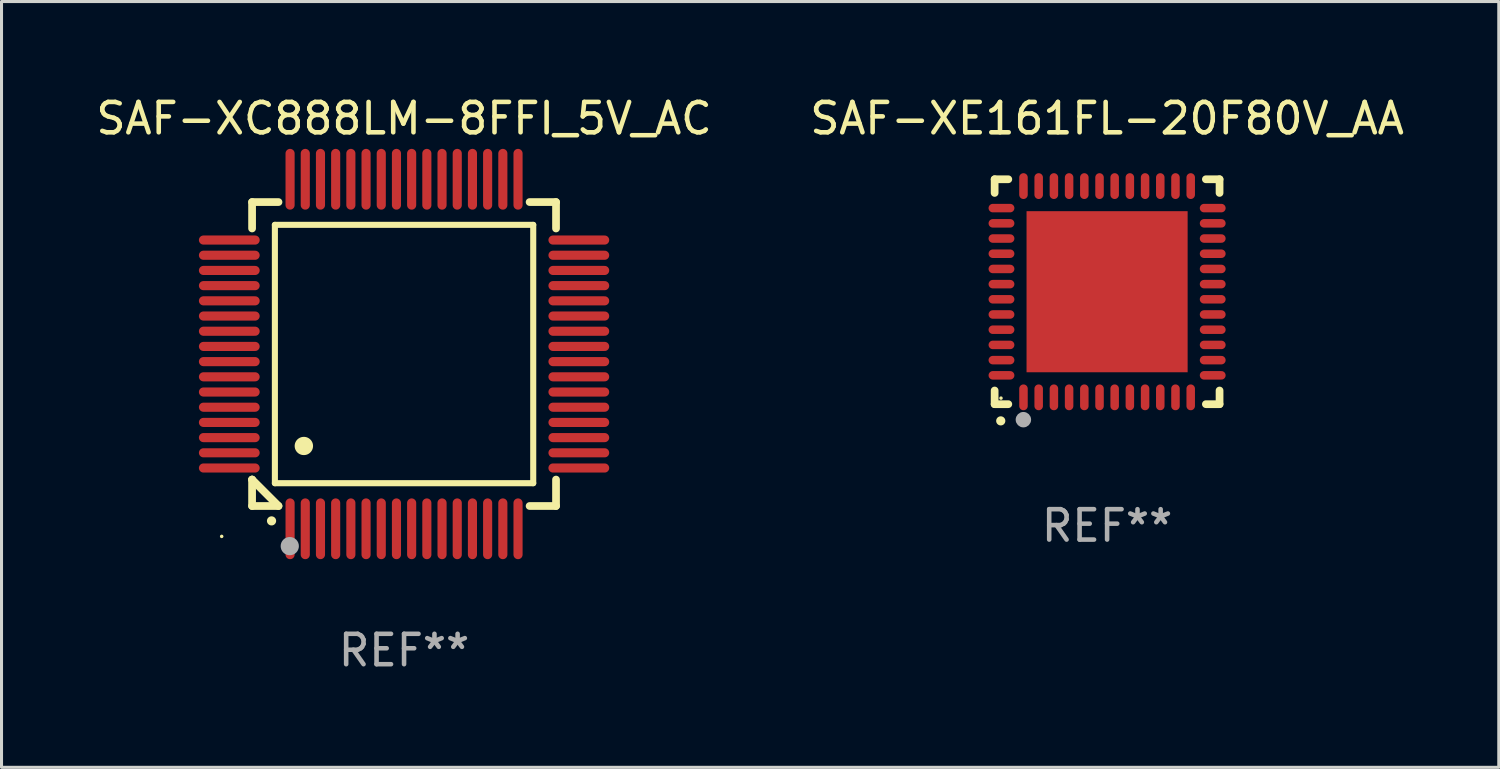
<source format=kicad_pcb>
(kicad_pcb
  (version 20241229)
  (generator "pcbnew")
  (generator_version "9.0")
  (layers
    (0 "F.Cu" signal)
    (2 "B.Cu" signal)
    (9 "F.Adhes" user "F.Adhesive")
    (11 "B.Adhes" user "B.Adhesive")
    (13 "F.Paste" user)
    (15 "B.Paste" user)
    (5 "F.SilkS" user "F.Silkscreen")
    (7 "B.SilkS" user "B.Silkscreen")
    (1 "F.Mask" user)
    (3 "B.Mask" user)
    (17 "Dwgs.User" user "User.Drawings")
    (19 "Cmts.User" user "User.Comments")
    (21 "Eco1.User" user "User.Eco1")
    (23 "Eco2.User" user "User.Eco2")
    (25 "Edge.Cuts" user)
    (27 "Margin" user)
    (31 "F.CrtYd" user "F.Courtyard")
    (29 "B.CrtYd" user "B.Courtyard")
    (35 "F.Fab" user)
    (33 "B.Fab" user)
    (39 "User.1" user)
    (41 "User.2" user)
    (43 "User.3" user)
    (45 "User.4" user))
  (footprint "SAF-XE161FL-20F80V_AA"
    (layer "F.Cu")
    (at 33.375 6.548)
    (property "Reference" "SAF-XE161FL-20F80V_AA" (at 0 -5.7 0) (layer "F.SilkS") (effects (font (size 1 1) (thickness 0.15))))
    (attr through_hole)
    (fp_line (start -3.7 -3.7) (end -3.25 -3.7) (stroke (width 0.254) (type solid)) (layer "F.SilkS"))
    (fp_line (start -3.7 -3.25) (end -3.7 -3.7) (stroke (width 0.254) (type solid)) (layer "F.SilkS"))
    (fp_line (start -3.7 3.7) (end -3.7 3.25) (stroke (width 0.254) (type solid)) (layer "F.SilkS"))
    (fp_line (start -3.25 3.7) (end -3.7 3.7) (stroke (width 0.254) (type solid)) (layer "F.SilkS"))
    (fp_line (start 3.25 3.7) (end 3.7 3.7) (stroke (width 0.254) (type solid)) (layer "F.SilkS"))
    (fp_line (start 3.7 -3.7) (end 3.25 -3.7) (stroke (width 0.254) (type solid)) (layer "F.SilkS"))
    (fp_line (start 3.7 -3.25) (end 3.7 -3.7) (stroke (width 0.254) (type solid)) (layer "F.SilkS"))
    (fp_line (start 3.7 3.7) (end 3.7 3.25) (stroke (width 0.254) (type solid)) (layer "F.SilkS"))
    (fp_arc (start -3.500127 4.249428) (mid -3.498857 4.249423) (end -3.497587 4.249428) (stroke (width 0.3) (type solid)) (layer "F.SilkS"))
    (fp_circle (center -3.491 3.501) (end -3.461 3.501) (stroke (width 0.06) (type solid)) (fill no) (layer "F.SilkS"))
    (fp_circle (center -2.754 4.21) (end -2.627 4.21) (stroke (width 0.254) (type solid)) (fill no) (layer "F.Fab"))
    (fp_text user "REF**" (at 0 7.7 0) (layer "F.Fab") (effects (font (size 1 1) (thickness 0.15))))
    (pad "1" smd oval (at -2.751 3.475) (size 0.28 0.85) (layers "F.Cu" "F.Mask" "F.Paste"))
    (pad "2" smd oval (at -2.251 3.475) (size 0.28 0.85) (layers "F.Cu" "F.Mask" "F.Paste"))
    (pad "3" smd oval (at -1.75 3.475) (size 0.28 0.85) (layers "F.Cu" "F.Mask" "F.Paste"))
    (pad "4" smd oval (at -1.25 3.475) (size 0.28 0.85) (layers "F.Cu" "F.Mask" "F.Paste"))
    (pad "5" smd oval (at -0.749 3.475) (size 0.28 0.85) (layers "F.Cu" "F.Mask" "F.Paste"))
    (pad "6" smd oval (at -0.249 3.475) (size 0.28 0.85) (layers "F.Cu" "F.Mask" "F.Paste"))
    (pad "7" smd oval (at 0.249 3.475) (size 0.28 0.85) (layers "F.Cu" "F.Mask" "F.Paste"))
    (pad "8" smd oval (at 0.749 3.475) (size 0.28 0.85) (layers "F.Cu" "F.Mask" "F.Paste"))
    (pad "9" smd oval (at 1.25 3.475) (size 0.28 0.85) (layers "F.Cu" "F.Mask" "F.Paste"))
    (pad "10" smd oval (at 1.75 3.475) (size 0.28 0.85) (layers "F.Cu" "F.Mask" "F.Paste"))
    (pad "11" smd oval (at 2.25 3.475) (size 0.28 0.85) (layers "F.Cu" "F.Mask" "F.Paste"))
    (pad "12" smd oval (at 2.751 3.475) (size 0.28 0.85) (layers "F.Cu" "F.Mask" "F.Paste"))
    (pad "13" smd oval (at 3.475 2.751) (size 0.85 0.28) (layers "F.Cu" "F.Mask" "F.Paste"))
    (pad "14" smd oval (at 3.475 2.251) (size 0.85 0.28) (layers "F.Cu" "F.Mask" "F.Paste"))
    (pad "15" smd oval (at 3.475 1.75) (size 0.85 0.28) (layers "F.Cu" "F.Mask" "F.Paste"))
    (pad "16" smd oval (at 3.475 1.25) (size 0.85 0.28) (layers "F.Cu" "F.Mask" "F.Paste"))
    (pad "17" smd oval (at 3.475 0.749) (size 0.85 0.28) (layers "F.Cu" "F.Mask" "F.Paste"))
    (pad "18" smd oval (at 3.475 0.249) (size 0.85 0.28) (layers "F.Cu" "F.Mask" "F.Paste"))
    (pad "19" smd oval (at 3.475 -0.249) (size 0.85 0.28) (layers "F.Cu" "F.Mask" "F.Paste"))
    (pad "20" smd oval (at 3.475 -0.749) (size 0.85 0.28) (layers "F.Cu" "F.Mask" "F.Paste"))
    (pad "21" smd oval (at 3.475 -1.25) (size 0.85 0.28) (layers "F.Cu" "F.Mask" "F.Paste"))
    (pad "22" smd oval (at 3.475 -1.75) (size 0.85 0.28) (layers "F.Cu" "F.Mask" "F.Paste"))
    (pad "23" smd oval (at 3.475 -2.25) (size 0.85 0.28) (layers "F.Cu" "F.Mask" "F.Paste"))
    (pad "24" smd oval (at 3.475 -2.751) (size 0.85 0.28) (layers "F.Cu" "F.Mask" "F.Paste"))
    (pad "25" smd oval (at 2.751 -3.475) (size 0.28 0.85) (layers "F.Cu" "F.Mask" "F.Paste"))
    (pad "26" smd oval (at 2.25 -3.475) (size 0.28 0.85) (layers "F.Cu" "F.Mask" "F.Paste"))
    (pad "27" smd oval (at 1.75 -3.475) (size 0.28 0.85) (layers "F.Cu" "F.Mask" "F.Paste"))
    (pad "28" smd oval (at 1.25 -3.475) (size 0.28 0.85) (layers "F.Cu" "F.Mask" "F.Paste"))
    (pad "29" smd oval (at 0.749 -3.475) (size 0.28 0.85) (layers "F.Cu" "F.Mask" "F.Paste"))
    (pad "30" smd oval (at 0.249 -3.475) (size 0.28 0.85) (layers "F.Cu" "F.Mask" "F.Paste"))
    (pad "31" smd oval (at -0.249 -3.475) (size 0.28 0.85) (layers "F.Cu" "F.Mask" "F.Paste"))
    (pad "32" smd oval (at -0.749 -3.475) (size 0.28 0.85) (layers "F.Cu" "F.Mask" "F.Paste"))
    (pad "33" smd oval (at -1.25 -3.475) (size 0.28 0.85) (layers "F.Cu" "F.Mask" "F.Paste"))
    (pad "34" smd oval (at -1.75 -3.475) (size 0.28 0.85) (layers "F.Cu" "F.Mask" "F.Paste"))
    (pad "35" smd oval (at -2.251 -3.475) (size 0.28 0.85) (layers "F.Cu" "F.Mask" "F.Paste"))
    (pad "36" smd oval (at -2.751 -3.475) (size 0.28 0.85) (layers "F.Cu" "F.Mask" "F.Paste"))
    (pad "37" smd oval (at -3.475 -2.751) (size 0.85 0.28) (layers "F.Cu" "F.Mask" "F.Paste"))
    (pad "38" smd oval (at -3.475 -2.25) (size 0.85 0.28) (layers "F.Cu" "F.Mask" "F.Paste"))
    (pad "39" smd oval (at -3.475 -1.75) (size 0.85 0.28) (layers "F.Cu" "F.Mask" "F.Paste"))
    (pad "40" smd oval (at -3.475 -1.25) (size 0.85 0.28) (layers "F.Cu" "F.Mask" "F.Paste"))
    (pad "41" smd oval (at -3.475 -0.749) (size 0.85 0.28) (layers "F.Cu" "F.Mask" "F.Paste"))
    (pad "42" smd oval (at -3.475 -0.249) (size 0.85 0.28) (layers "F.Cu" "F.Mask" "F.Paste"))
    (pad "43" smd oval (at -3.475 0.249) (size 0.85 0.28) (layers "F.Cu" "F.Mask" "F.Paste"))
    (pad "44" smd oval (at -3.475 0.749) (size 0.85 0.28) (layers "F.Cu" "F.Mask" "F.Paste"))
    (pad "45" smd oval (at -3.475 1.25) (size 0.85 0.28) (layers "F.Cu" "F.Mask" "F.Paste"))
    (pad "46" smd oval (at -3.475 1.75) (size 0.85 0.28) (layers "F.Cu" "F.Mask" "F.Paste"))
    (pad "47" smd oval (at -3.475 2.251) (size 0.85 0.28) (layers "F.Cu" "F.Mask" "F.Paste"))
    (pad "48" smd oval (at -3.475 2.751) (size 0.85 0.28) (layers "F.Cu" "F.Mask" "F.Paste"))
    (pad "49" smd rect (at -0.000102 0.000102) (size 5.3 5.3) (layers "F.Cu" "F.Mask" "F.Paste")))
  (footprint "SAF-XC888LM-8FFI_5V_AC"
    (layer "F.Cu")
    (at 10.244 8.598)
    (property "Reference" "SAF-XC888LM-8FFI_5V_AC" (at 0 -7.75 0) (layer "F.SilkS") (effects (font (size 1 1) (thickness 0.15))))
    (attr through_hole)
    (fp_line (start -5 -5) (end -4.131 -5) (stroke (width 0.254) (type solid)) (layer "F.SilkS"))
    (fp_line (start -5 -4.131) (end -5 -5) (stroke (width 0.254) (type solid)) (layer "F.SilkS"))
    (fp_line (start -5 4.131) (end -5 4.131) (stroke (width 0.254) (type solid)) (layer "F.SilkS"))
    (fp_line (start -5 5) (end -5 4.131) (stroke (width 0.254) (type solid)) (layer "F.SilkS"))
    (fp_line (start -5 4.131) (end -4.131 5) (stroke (width 0.254) (type solid)) (layer "F.SilkS"))
    (fp_line (start -4.25 -4.25) (end -4.25 4.25) (stroke (width 0.2) (type solid)) (layer "F.SilkS"))
    (fp_line (start -4.25 4.25) (end 4.25 4.25) (stroke (width 0.2) (type solid)) (layer "F.SilkS"))
    (fp_line (start -4.131 5) (end -5 5) (stroke (width 0.254) (type solid)) (layer "F.SilkS"))
    (fp_line (start 4.25 -4.25) (end -4.25 -4.25) (stroke (width 0.2) (type solid)) (layer "F.SilkS"))
    (fp_line (start 4.25 4.25) (end 4.25 -4.25) (stroke (width 0.2) (type solid)) (layer "F.SilkS"))
    (fp_line (start 5 -5) (end 4.131 -5) (stroke (width 0.254) (type solid)) (layer "F.SilkS"))
    (fp_line (start 5 -5) (end 5 -4.131) (stroke (width 0.254) (type solid)) (layer "F.SilkS"))
    (fp_line (start 5 4.131) (end 5 5) (stroke (width 0.254) (type solid)) (layer "F.SilkS"))
    (fp_line (start 5 5) (end 4.131 5) (stroke (width 0.254) (type solid)) (layer "F.SilkS"))
    (fp_arc (start -4.361265 5.489992) (mid -4.359995 5.489987) (end -4.358725 5.489992) (stroke (width 0.3) (type solid)) (layer "F.SilkS"))
    (fp_arc (start -3.299467 3.025146) (mid -3.296927 3.025135) (end -3.294387 3.025146) (stroke (width 0.6) (type solid)) (layer "F.SilkS"))
    (fp_circle (center -6 6) (end -5.97 6) (stroke (width 0.06) (type solid)) (fill no) (layer "F.SilkS"))
    (fp_circle (center -3.76 6.32) (end -3.61 6.32) (stroke (width 0.3) (type solid)) (fill no) (layer "F.Fab"))
    (fp_text user "REF**" (at 0 9.75 0) (layer "F.Fab") (effects (font (size 1 1) (thickness 0.15))))
    (pad "1" smd oval (at -3.75 5.75) (size 0.3 2) (layers "F.Cu" "F.Mask" "F.Paste"))
    (pad "2" smd oval (at -3.25 5.75) (size 0.3 2) (layers "F.Cu" "F.Mask" "F.Paste"))
    (pad "3" smd oval (at -2.75 5.75) (size 0.3 2) (layers "F.Cu" "F.Mask" "F.Paste"))
    (pad "4" smd oval (at -2.25 5.75) (size 0.3 2) (layers "F.Cu" "F.Mask" "F.Paste"))
    (pad "5" smd oval (at -1.75 5.75) (size 0.3 2) (layers "F.Cu" "F.Mask" "F.Paste"))
    (pad "6" smd oval (at -1.25 5.75) (size 0.3 2) (layers "F.Cu" "F.Mask" "F.Paste"))
    (pad "7" smd oval (at -0.75 5.75) (size 0.3 2) (layers "F.Cu" "F.Mask" "F.Paste"))
    (pad "8" smd oval (at -0.25 5.75) (size 0.3 2) (layers "F.Cu" "F.Mask" "F.Paste"))
    (pad "9" smd oval (at 0.25 5.75) (size 0.3 2) (layers "F.Cu" "F.Mask" "F.Paste"))
    (pad "10" smd oval (at 0.75 5.75) (size 0.3 2) (layers "F.Cu" "F.Mask" "F.Paste"))
    (pad "11" smd oval (at 1.25 5.75) (size 0.3 2) (layers "F.Cu" "F.Mask" "F.Paste"))
    (pad "12" smd oval (at 1.75 5.75) (size 0.3 2) (layers "F.Cu" "F.Mask" "F.Paste"))
    (pad "13" smd oval (at 2.25 5.75) (size 0.3 2) (layers "F.Cu" "F.Mask" "F.Paste"))
    (pad "14" smd oval (at 2.75 5.75) (size 0.3 2) (layers "F.Cu" "F.Mask" "F.Paste"))
    (pad "15" smd oval (at 3.25 5.75) (size 0.3 2) (layers "F.Cu" "F.Mask" "F.Paste"))
    (pad "16" smd oval (at 3.75 5.75) (size 0.3 2) (layers "F.Cu" "F.Mask" "F.Paste"))
    (pad "17" smd oval (at 5.75 3.75) (size 2 0.3) (layers "F.Cu" "F.Mask" "F.Paste"))
    (pad "18" smd oval (at 5.75 3.25) (size 2 0.3) (layers "F.Cu" "F.Mask" "F.Paste"))
    (pad "19" smd oval (at 5.75 2.75) (size 2 0.3) (layers "F.Cu" "F.Mask" "F.Paste"))
    (pad "20" smd oval (at 5.75 2.25) (size 2 0.3) (layers "F.Cu" "F.Mask" "F.Paste"))
    (pad "21" smd oval (at 5.75 1.75) (size 2 0.3) (layers "F.Cu" "F.Mask" "F.Paste"))
    (pad "22" smd oval (at 5.75 1.25) (size 2 0.3) (layers "F.Cu" "F.Mask" "F.Paste"))
    (pad "23" smd oval (at 5.75 0.75) (size 2 0.3) (layers "F.Cu" "F.Mask" "F.Paste"))
    (pad "24" smd oval (at 5.75 0.25) (size 2 0.3) (layers "F.Cu" "F.Mask" "F.Paste"))
    (pad "25" smd oval (at 5.75 -0.25) (size 2 0.3) (layers "F.Cu" "F.Mask" "F.Paste"))
    (pad "26" smd oval (at 5.75 -0.75) (size 2 0.3) (layers "F.Cu" "F.Mask" "F.Paste"))
    (pad "27" smd oval (at 5.75 -1.25) (size 2 0.3) (layers "F.Cu" "F.Mask" "F.Paste"))
    (pad "28" smd oval (at 5.75 -1.75) (size 2 0.3) (layers "F.Cu" "F.Mask" "F.Paste"))
    (pad "29" smd oval (at 5.75 -2.25) (size 2 0.3) (layers "F.Cu" "F.Mask" "F.Paste"))
    (pad "30" smd oval (at 5.75 -2.75) (size 2 0.3) (layers "F.Cu" "F.Mask" "F.Paste"))
    (pad "31" smd oval (at 5.75 -3.25) (size 2 0.3) (layers "F.Cu" "F.Mask" "F.Paste"))
    (pad "32" smd oval (at 5.75 -3.75) (size 2 0.3) (layers "F.Cu" "F.Mask" "F.Paste"))
    (pad "33" smd oval (at 3.75 -5.75) (size 0.3 2) (layers "F.Cu" "F.Mask" "F.Paste"))
    (pad "34" smd oval (at 3.25 -5.75) (size 0.3 2) (layers "F.Cu" "F.Mask" "F.Paste"))
    (pad "35" smd oval (at 2.75 -5.75) (size 0.3 2) (layers "F.Cu" "F.Mask" "F.Paste"))
    (pad "36" smd oval (at 2.25 -5.75) (size 0.3 2) (layers "F.Cu" "F.Mask" "F.Paste"))
    (pad "37" smd oval (at 1.75 -5.75) (size 0.3 2) (layers "F.Cu" "F.Mask" "F.Paste"))
    (pad "38" smd oval (at 1.25 -5.75) (size 0.3 2) (layers "F.Cu" "F.Mask" "F.Paste"))
    (pad "39" smd oval (at 0.75 -5.75) (size 0.3 2) (layers "F.Cu" "F.Mask" "F.Paste"))
    (pad "40" smd oval (at 0.25 -5.75) (size 0.3 2) (layers "F.Cu" "F.Mask" "F.Paste"))
    (pad "41" smd oval (at -0.25 -5.75) (size 0.3 2) (layers "F.Cu" "F.Mask" "F.Paste"))
    (pad "42" smd oval (at -0.75 -5.75) (size 0.3 2) (layers "F.Cu" "F.Mask" "F.Paste"))
    (pad "43" smd oval (at -1.25 -5.75) (size 0.3 2) (layers "F.Cu" "F.Mask" "F.Paste"))
    (pad "44" smd oval (at -1.75 -5.75) (size 0.3 2) (layers "F.Cu" "F.Mask" "F.Paste"))
    (pad "45" smd oval (at -2.25 -5.75) (size 0.3 2) (layers "F.Cu" "F.Mask" "F.Paste"))
    (pad "46" smd oval (at -2.75 -5.75) (size 0.3 2) (layers "F.Cu" "F.Mask" "F.Paste"))
    (pad "47" smd oval (at -3.25 -5.75) (size 0.3 2) (layers "F.Cu" "F.Mask" "F.Paste"))
    (pad "48" smd oval (at -3.75 -5.75) (size 0.3 2) (layers "F.Cu" "F.Mask" "F.Paste"))
    (pad "49" smd oval (at -5.75 -3.75) (size 2 0.3) (layers "F.Cu" "F.Mask" "F.Paste"))
    (pad "50" smd oval (at -5.75 -3.25) (size 2 0.3) (layers "F.Cu" "F.Mask" "F.Paste"))
    (pad "51" smd oval (at -5.75 -2.75) (size 2 0.3) (layers "F.Cu" "F.Mask" "F.Paste"))
    (pad "52" smd oval (at -5.75 -2.25) (size 2 0.3) (layers "F.Cu" "F.Mask" "F.Paste"))
    (pad "53" smd oval (at -5.75 -1.75) (size 2 0.3) (layers "F.Cu" "F.Mask" "F.Paste"))
    (pad "54" smd oval (at -5.75 -1.25) (size 2 0.3) (layers "F.Cu" "F.Mask" "F.Paste"))
    (pad "55" smd oval (at -5.75 -0.75) (size 2 0.3) (layers "F.Cu" "F.Mask" "F.Paste"))
    (pad "56" smd oval (at -5.75 -0.25) (size 2 0.3) (layers "F.Cu" "F.Mask" "F.Paste"))
    (pad "57" smd oval (at -5.75 0.25) (size 2 0.3) (layers "F.Cu" "F.Mask" "F.Paste"))
    (pad "58" smd oval (at -5.75 0.75) (size 2 0.3) (layers "F.Cu" "F.Mask" "F.Paste"))
    (pad "59" smd oval (at -5.75 1.25) (size 2 0.3) (layers "F.Cu" "F.Mask" "F.Paste"))
    (pad "60" smd oval (at -5.75 1.75) (size 2 0.3) (layers "F.Cu" "F.Mask" "F.Paste"))
    (pad "61" smd oval (at -5.75 2.25) (size 2 0.3) (layers "F.Cu" "F.Mask" "F.Paste"))
    (pad "62" smd oval (at -5.75 2.75) (size 2 0.3) (layers "F.Cu" "F.Mask" "F.Paste"))
    (pad "63" smd oval (at -5.75 3.25) (size 2 0.3) (layers "F.Cu" "F.Mask" "F.Paste"))
    (pad "64" smd oval (at -5.75 3.75) (size 2 0.3) (layers "F.Cu" "F.Mask" "F.Paste")))
  (gr_rect
    (start -3 -3)
    (end 46.262 22.196)
    (stroke (width 0.1) (type default))
    (fill no)
    (layer "Edge.Cuts")))
</source>
